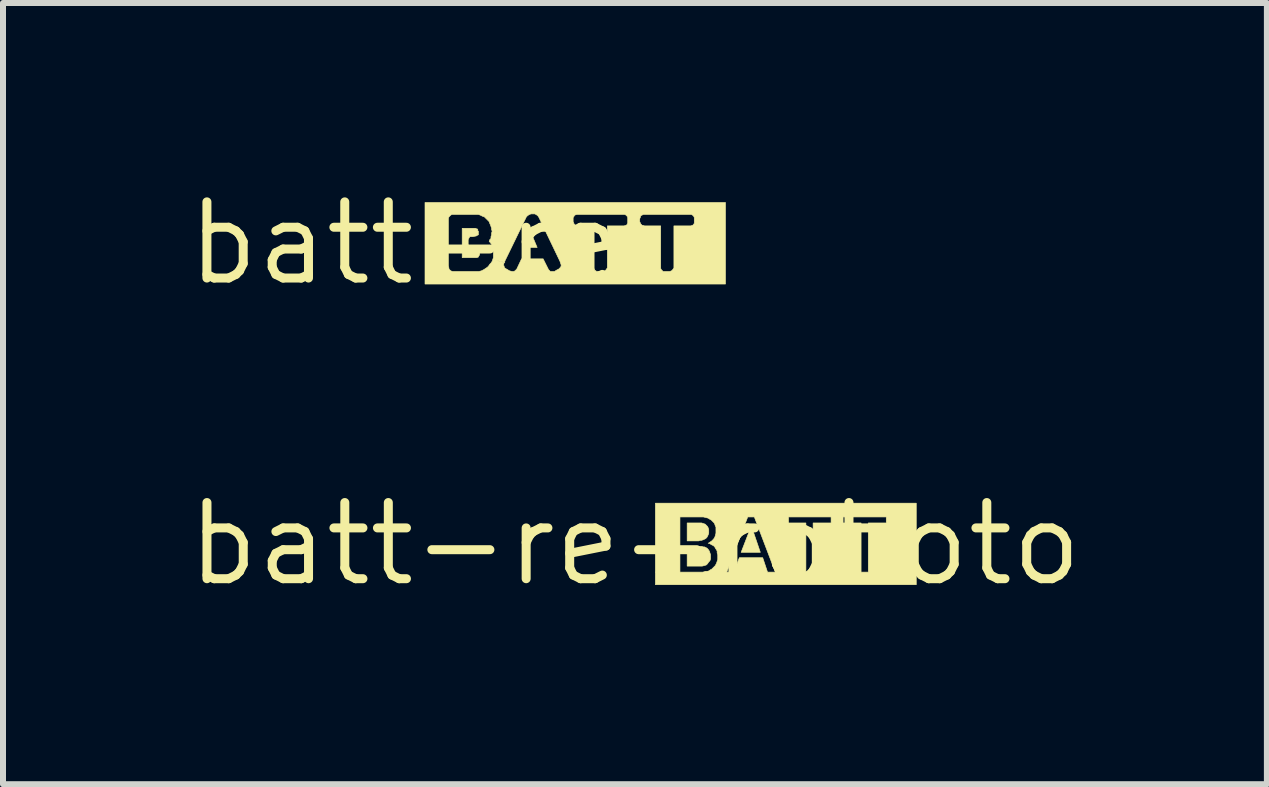
<source format=kicad_pcb>
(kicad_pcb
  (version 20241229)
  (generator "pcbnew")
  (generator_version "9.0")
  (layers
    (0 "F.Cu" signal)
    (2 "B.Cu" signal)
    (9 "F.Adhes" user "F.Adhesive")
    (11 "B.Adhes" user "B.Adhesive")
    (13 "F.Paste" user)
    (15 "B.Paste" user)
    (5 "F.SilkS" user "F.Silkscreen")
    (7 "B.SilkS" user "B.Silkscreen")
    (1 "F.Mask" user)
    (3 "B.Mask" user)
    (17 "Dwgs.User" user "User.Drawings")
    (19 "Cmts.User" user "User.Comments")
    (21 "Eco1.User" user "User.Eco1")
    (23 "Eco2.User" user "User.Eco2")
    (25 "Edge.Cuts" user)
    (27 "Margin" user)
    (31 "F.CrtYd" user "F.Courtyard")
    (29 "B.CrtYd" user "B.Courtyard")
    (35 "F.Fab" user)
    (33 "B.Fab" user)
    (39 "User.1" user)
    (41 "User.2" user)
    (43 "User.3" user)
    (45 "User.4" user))
  (footprint "batt-re"
    (layer "F.Cu")
    (at 3.696 1.006)
    (property "Reference" "batt-re" (at 0 0 0) (layer "F.SilkS") (effects (font (size 1.27 1.27) (thickness 0.15))))
    (attr board_only exclude_from_pos_files exclude_from_bom)
    (fp_poly (pts (xy 2.13 -0.12) (xy 2.05 0.07) (xy 2.21 0.07) (xy 2.13 -0.12)) (stroke (width 0.01) (type solid)) (fill yes) (layer "F.SilkS"))
    (fp_poly (pts (xy 1.25 0.16) (xy 1.25 0.13) (xy 1.25 0.11) (xy 1.24 0.1) (xy 1.23 0.09) (xy 1.22 0.08) (xy 1.2 0.07) (xy 1.17 0.07) (xy 1.12 0.07) (xy 1.1 0.06) (xy 1.09 0.06) (xy 1.08 0.05) (xy 1.07 0.04) (xy 1.06 0.02) (xy 1.06 0) (xy 1.06 -0.03) (xy 1.06 -0.06) (xy 1.07 -0.08) (xy 1.08 -0.1) (xy 1.09 -0.11) (xy 1.11 -0.11) (xy 1.14 -0.11) (xy 1.18 -0.12) (xy 1.19 -0.12) (xy 1.21 -0.13) (xy 1.22 -0.14) (xy 1.23 -0.14) (xy 1.23 -0.2) (xy 1.22 -0.21) (xy 1.22 -0.23) (xy 1.21 -0.24) (xy 1.2 -0.24) (xy 1.18 -0.25) (xy 1.16 -0.25) (xy 0.96 -0.25) (xy 0.96 0.24) (xy 1.17 0.24) (xy 1.2 0.24) (xy 1.23 0.23) (xy 1.23 0.22) (xy 1.24 0.21) (xy 1.25 0.19) (xy 1.25 0.16)) (stroke (width 0.01) (type solid)) (fill yes) (layer "F.SilkS"))
    (fp_poly (pts (xy 0.68 -0.68) (xy 0.34 -0.68) (xy 0.34 0.68) (xy 5.35 0.68) (xy 5.35 -0.68) (xy 0.68 -0.68) (xy 0.77 -0.47) (xy 0.79 -0.48) (xy 0.83 -0.48) (xy 1.19 -0.48) (xy 1.23 -0.48) (xy 1.26 -0.47) (xy 1.3 -0.45) (xy 1.33 -0.44) (xy 1.35 -0.42) (xy 1.37 -0.4) (xy 1.41 -0.36) (xy 1.42 -0.33) (xy 1.43 -0.31) (xy 1.44 -0.28) (xy 1.45 -0.25) (xy 1.45 -0.23) (xy 1.46 -0.2) (xy 1.45 -0.17) (xy 1.45 -0.14) (xy 1.44 -0.11) (xy 1.44 -0.08) (xy 1.42 -0.06) (xy 1.41 -0.03) (xy 1.43 -0.01) (xy 1.45 0.02) (xy 1.46 0.05) (xy 1.47 0.08) (xy 1.48 0.11) (xy 1.48 0.14) (xy 1.48 0.18) (xy 1.48 0.21) (xy 1.48 0.24) (xy 1.47 0.27) (xy 1.67 0.32) (xy 1.67 0.3) (xy 2.03 -0.44) (xy 2.05 -0.46) (xy 2.08 -0.48) (xy 2.11 -0.49) (xy 2.14 -0.49) (xy 2.17 -0.49) (xy 2.19 -0.48) (xy 2.22 -0.46) (xy 2.24 -0.43) (xy 2.59 0.3) (xy 2.6 0.33) (xy 2.61 0.36) (xy 3.16 0.41) (xy 3.16 -0.29) (xy 2.89 -0.29) (xy 2.86 -0.3) (xy 2.85 -0.3) (xy 2.84 -0.31) (xy 2.83 -0.32) (xy 2.82 -0.33) (xy 2.82 -0.34) (xy 2.81 -0.36) (xy 2.81 -0.38) (xy 2.81 -0.41) (xy 2.81 -0.43) (xy 2.82 -0.44) (xy 2.83 -0.46) (xy 2.84 -0.47) (xy 2.87 -0.48) (xy 2.91 -0.48) (xy 3.64 -0.48) (xy 3.67 -0.48) (xy 3.69 -0.47) (xy 3.7 -0.46) (xy 3.71 -0.45) (xy 3.72 -0.43) (xy 3.72 -0.4) (xy 3.92 -0.41) (xy 3.93 -0.43) (xy 3.93 -0.44) (xy 3.94 -0.46) (xy 3.96 -0.47) (xy 3.98 -0.48) (xy 4.02 -0.48) (xy 4.75 -0.48) (xy 4.78 -0.48) (xy 4.8 -0.47) (xy 4.81 -0.46) (xy 4.82 -0.45) (xy 4.83 -0.43) (xy 4.83 -0.4) (xy 4.83 -0.36) (xy 4.83 -0.33) (xy 4.82 -0.32) (xy 4.82 -0.31) (xy 4.8 -0.3) (xy 4.77 -0.29) (xy 4.74 -0.29) (xy 4.49 -0.29) (xy 4.49 0.38) (xy 4.49 0.41) (xy 4.47 0.44) (xy 4.46 0.45) (xy 4.45 0.46) (xy 4.42 0.47) (xy 4.39 0.47) (xy 4.35 0.47) (xy 4.31 0.47) (xy 4.3 0.46) (xy 4.29 0.45) (xy 4.28 0.44) (xy 4.27 0.42) (xy 4.27 0.41) (xy 4.27 -0.29) (xy 4 -0.29) (xy 3.97 -0.3) (xy 3.96 -0.3) (xy 3.95 -0.31) (xy 3.94 -0.32) (xy 3.93 -0.33) (xy 3.93 -0.34) (xy 3.92 -0.36) (xy 3.92 -0.38) (xy 3.92 -0.41) (xy 3.72 -0.4) (xy 3.72 -0.36) (xy 3.72 -0.33) (xy 3.71 -0.32) (xy 3.71 -0.31) (xy 3.69 -0.3) (xy 3.66 -0.29) (xy 3.63 -0.29) (xy 3.38 -0.29) (xy 3.38 0.38) (xy 3.38 0.41) (xy 3.36 0.44) (xy 3.35 0.45) (xy 3.34 0.46) (xy 3.31 0.47) (xy 3.28 0.47) (xy 3.24 0.47) (xy 3.2 0.47) (xy 3.19 0.46) (xy 3.17 0.45) (xy 3.17 0.44) (xy 3.16 0.42) (xy 3.16 0.41) (xy 2.61 0.36) (xy 2.61 0.38) (xy 2.6 0.4) (xy 2.59 0.41) (xy 2.57 0.43) (xy 2.55 0.44) (xy 2.53 0.45) (xy 2.5 0.47) (xy 2.48 0.47) (xy 2.46 0.47) (xy 2.45 0.47) (xy 2.43 0.47) (xy 2.42 0.46) (xy 2.41 0.45) (xy 2.4 0.44) (xy 2.38 0.4) (xy 2.31 0.26) (xy 1.95 0.26) (xy 1.87 0.43) (xy 1.86 0.44) (xy 1.84 0.46) (xy 1.82 0.47) (xy 1.81 0.47) (xy 1.8 0.47) (xy 1.79 0.47) (xy 1.75 0.46) (xy 1.7 0.43) (xy 1.68 0.42) (xy 1.67 0.41) (xy 1.66 0.4) (xy 1.66 0.38) (xy 1.65 0.37) (xy 1.65 0.36) (xy 1.66 0.32) (xy 1.47 0.27) (xy 1.46 0.3) (xy 1.44 0.33) (xy 1.42 0.35) (xy 1.4 0.38) (xy 1.38 0.4) (xy 1.35 0.42) (xy 1.32 0.44) (xy 1.28 0.46) (xy 1.24 0.47) (xy 1.2 0.47) (xy 0.82 0.47) (xy 0.8 0.47) (xy 0.77 0.46) (xy 0.76 0.45) (xy 0.75 0.44) (xy 0.74 0.43) (xy 0.74 0.42) (xy 0.73 0.37) (xy 0.73 -0.41) (xy 0.73 -0.42) (xy 0.74 -0.44) (xy 0.75 -0.45) (xy 0.76 -0.46) (xy 0.77 -0.47) (xy 0.68 -0.68)) (stroke (width 0.01) (type solid)) (fill yes) (layer "F.SilkS")))
  (footprint "batt-re-roboto"
    (layer "F.Cu")
    (at 7.537 6.019)
    (property "Reference" "batt-re-roboto" (at 0 0 0) (layer "F.SilkS") (effects (font (size 1.27 1.27) (thickness 0.15))))
    (attr board_only exclude_from_pos_files exclude_from_bom)
    (fp_poly (pts (xy 1.77 0.14) (xy 2.09 0.14) (xy 1.94 -0.3) (xy 1.77 0.14)) (stroke (width 0.01) (type solid)) (fill yes) (layer "F.SilkS"))
    (fp_poly (pts (xy 0.87 -0.05) (xy 1.06 -0.05) (xy 1.09 -0.06) (xy 1.11 -0.06) (xy 1.14 -0.07) (xy 1.16 -0.08) (xy 1.18 -0.09) (xy 1.2 -0.11) (xy 1.21 -0.13) (xy 1.22 -0.15) (xy 1.23 -0.18) (xy 1.23 -0.21) (xy 1.23 -0.24) (xy 1.22 -0.27) (xy 1.21 -0.29) (xy 1.19 -0.31) (xy 1.17 -0.33) (xy 1.14 -0.34) (xy 1.11 -0.35) (xy 1.06 -0.35) (xy 0.87 -0.35) (xy 0.87 -0.05)) (stroke (width 0.01) (type solid)) (fill yes) (layer "F.SilkS"))
    (fp_poly (pts (xy 0.87 0.04) (xy 0.87 0.37) (xy 1.08 0.37) (xy 1.12 0.37) (xy 1.16 0.36) (xy 1.19 0.35) (xy 1.21 0.33) (xy 1.23 0.3) (xy 1.25 0.28) (xy 1.26 0.25) (xy 1.26 0.22) (xy 1.26 0.18) (xy 1.25 0.15) (xy 1.24 0.12) (xy 1.22 0.09) (xy 1.2 0.07) (xy 1.18 0.06) (xy 1.16 0.05) (xy 1.14 0.05) (xy 1.11 0.04) (xy 1.08 0.04) (xy 0.87 0.04)) (stroke (width 0.01) (type solid)) (fill yes) (layer "F.SilkS"))
    (fp_poly (pts (xy 0.68 -0.68) (xy 0.34 -0.68) (xy 0.34 0.68) (xy 4.69 0.68) (xy 4.69 -0.68) (xy 0.68 -0.68) (xy 0.75 -0.45) (xy 1.05 -0.45) (xy 1.1 -0.45) (xy 1.14 -0.45) (xy 1.18 -0.44) (xy 1.22 -0.43) (xy 1.25 -0.41) (xy 1.27 -0.4) (xy 1.29 -0.38) (xy 1.3 -0.37) (xy 1.32 -0.35) (xy 1.33 -0.33) (xy 1.34 -0.3) (xy 1.35 -0.28) (xy 1.35 -0.25) (xy 1.35 -0.21) (xy 1.35 -0.18) (xy 1.34 -0.14) (xy 1.33 -0.11) (xy 1.31 -0.08) (xy 1.28 -0.05) (xy 1.25 -0.03) (xy 1.22 -0.01) (xy 1.24 -0.01) (xy 1.27 0.01) (xy 1.29 0.02) (xy 1.31 0.03) (xy 1.33 0.05) (xy 1.34 0.07) (xy 1.36 0.1) (xy 1.37 0.12) (xy 1.37 0.15) (xy 1.38 0.18) (xy 1.38 0.2) (xy 1.38 0.24) (xy 1.38 0.26) (xy 1.37 0.29) (xy 1.36 0.32) (xy 1.35 0.34) (xy 1.34 0.36) (xy 1.53 0.47) (xy 1.88 -0.45) (xy 1.99 -0.45) (xy 2.34 0.47) (xy 2.85 0.47) (xy 2.85 -0.35) (xy 2.56 -0.35) (xy 2.56 -0.45) (xy 3.27 -0.45) (xy 3.27 -0.35) (xy 3.47 -0.35) (xy 3.47 -0.45) (xy 4.19 -0.45) (xy 4.19 -0.35) (xy 3.89 -0.35) (xy 3.89 0.47) (xy 3.77 0.47) (xy 3.77 -0.35) (xy 3.48 -0.35) (xy 3.27 -0.35) (xy 2.97 -0.35) (xy 2.97 0.47) (xy 2.85 0.47) (xy 2.34 0.47) (xy 2.21 0.47) (xy 2.13 0.23) (xy 1.74 0.23) (xy 1.65 0.47) (xy 1.53 0.47) (xy 1.34 0.36) (xy 1.32 0.38) (xy 1.3 0.4) (xy 1.28 0.42) (xy 1.26 0.43) (xy 1.23 0.45) (xy 1.2 0.46) (xy 1.17 0.46) (xy 1.13 0.47) (xy 1.09 0.47) (xy 0.75 0.47) (xy 0.75 -0.45) (xy 0.68 -0.68)) (stroke (width 0.01) (type solid)) (fill yes) (layer "F.SilkS")))
  (gr_rect
    (start -3 -3)
    (end 18.073 10.025)
    (stroke (width 0.1) (type default))
    (fill no)
    (layer "Edge.Cuts")))
</source>
